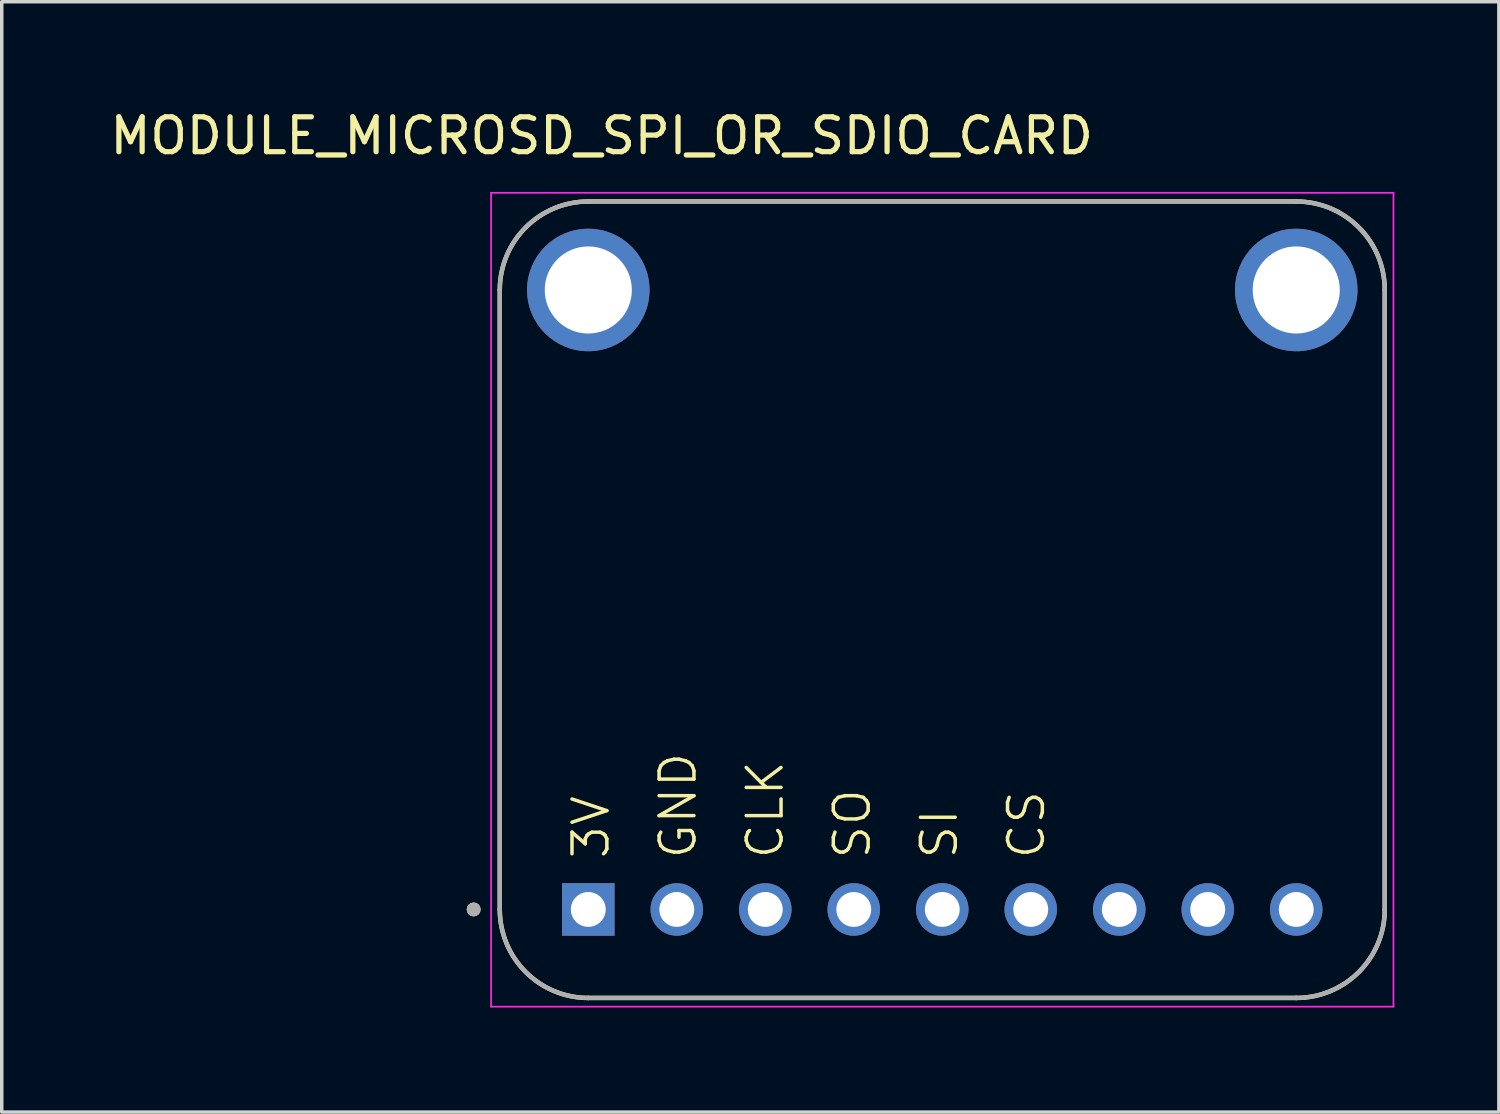
<source format=kicad_pcb>
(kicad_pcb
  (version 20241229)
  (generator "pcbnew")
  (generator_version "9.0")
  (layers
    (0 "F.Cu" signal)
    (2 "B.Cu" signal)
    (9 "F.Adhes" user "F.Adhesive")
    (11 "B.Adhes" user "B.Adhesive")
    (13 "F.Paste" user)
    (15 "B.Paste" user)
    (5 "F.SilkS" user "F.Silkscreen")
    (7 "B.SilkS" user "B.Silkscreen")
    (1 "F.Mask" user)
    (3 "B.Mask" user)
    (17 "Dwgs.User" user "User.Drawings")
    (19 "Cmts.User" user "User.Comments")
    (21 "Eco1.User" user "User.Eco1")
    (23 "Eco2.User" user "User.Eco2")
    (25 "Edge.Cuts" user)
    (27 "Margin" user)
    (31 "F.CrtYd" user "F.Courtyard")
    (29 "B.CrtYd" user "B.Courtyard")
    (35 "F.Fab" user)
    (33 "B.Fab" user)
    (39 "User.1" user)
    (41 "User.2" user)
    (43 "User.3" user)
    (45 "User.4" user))
  (footprint "MODULE_MICROSD_SPI_OR_SDIO_CARD"
    (layer "F.Cu")
    (at 23.995 14.163)
    (property "Reference" "MODULE_MICROSD_SPI_OR_SDIO_CARD" (at -9.775 -13.315 0) (layer "F.SilkS") (effects (font (size 1 1) (thickness 0.15))))
    (attr through_hole)
    (fp_line (start -12.7 8.89) (end -12.7 -8.89) (stroke (width 0.127) (type solid)) (layer "F.SilkS"))
    (fp_line (start -10.16 -11.43) (end 10.16 -11.43) (stroke (width 0.127) (type solid)) (layer "F.SilkS"))
    (fp_line (start 10.16 11.43) (end -10.16 11.43) (stroke (width 0.127) (type solid)) (layer "F.SilkS"))
    (fp_line (start 12.7 -8.89) (end 12.7 8.89) (stroke (width 0.127) (type solid)) (layer "F.SilkS"))
    (fp_arc (start -12.7 -8.89) (mid -11.956051 -10.686051) (end -10.16 -11.43) (stroke (width 0.127) (type solid)) (layer "F.SilkS"))
    (fp_arc (start -10.16 11.43) (mid -11.956051 10.686051) (end -12.7 8.89) (stroke (width 0.127) (type solid)) (layer "F.SilkS"))
    (fp_arc (start 10.16 -11.43) (mid 11.956051 -10.686051) (end 12.7 -8.89) (stroke (width 0.127) (type solid)) (layer "F.SilkS"))
    (fp_arc (start 12.7 8.89) (mid 11.956051 10.686051) (end 10.16 11.43) (stroke (width 0.127) (type solid)) (layer "F.SilkS"))
    (fp_circle (center -13.45 8.89) (end -13.35 8.89) (stroke (width 0.2) (type solid)) (fill no) (layer "F.SilkS"))
    (fp_line (start -12.95 -11.68) (end -12.95 11.68) (stroke (width 0.05) (type solid)) (layer "F.CrtYd"))
    (fp_line (start -12.95 11.68) (end 12.95 11.68) (stroke (width 0.05) (type solid)) (layer "F.CrtYd"))
    (fp_line (start 12.95 -11.68) (end -12.95 -11.68) (stroke (width 0.05) (type solid)) (layer "F.CrtYd"))
    (fp_line (start 12.95 11.68) (end 12.95 -11.68) (stroke (width 0.05) (type solid)) (layer "F.CrtYd"))
    (fp_line (start -12.7 8.89) (end -12.7 -8.89) (stroke (width 0.127) (type solid)) (layer "F.Fab"))
    (fp_line (start -10.16 -11.43) (end 10.16 -11.43) (stroke (width 0.127) (type solid)) (layer "F.Fab"))
    (fp_line (start 10.16 11.43) (end -10.16 11.43) (stroke (width 0.127) (type solid)) (layer "F.Fab"))
    (fp_line (start 12.7 -8.89) (end 12.7 8.89) (stroke (width 0.127) (type solid)) (layer "F.Fab"))
    (fp_arc (start -12.7 -8.89) (mid -11.956051 -10.686051) (end -10.16 -11.43) (stroke (width 0.127) (type solid)) (layer "F.Fab"))
    (fp_arc (start -10.16 11.43) (mid -11.956051 10.686051) (end -12.7 8.89) (stroke (width 0.127) (type solid)) (layer "F.Fab"))
    (fp_arc (start 10.16 -11.43) (mid 11.956051 -10.686051) (end 12.7 -8.89) (stroke (width 0.127) (type solid)) (layer "F.Fab"))
    (fp_arc (start 12.7 8.89) (mid 11.956051 10.686051) (end 10.16 11.43) (stroke (width 0.127) (type solid)) (layer "F.Fab"))
    (fp_circle (center -13.45 8.89) (end -13.35 8.89) (stroke (width 0.2) (type solid)) (fill no) (layer "F.Fab"))
    (fp_text user "3V" (at -9.5 7.5 90) (unlocked yes) (layer "F.SilkS") (effects (font (size 1 1) (thickness 0.1)) (justify left bottom)))
    (fp_text user "SI" (at 0.5 7.5 90) (unlocked yes) (layer "F.SilkS") (effects (font (size 1 1) (thickness 0.1)) (justify left bottom)))
    (fp_text user "CS" (at 3 7.5 90) (unlocked yes) (layer "F.SilkS") (effects (font (size 1 1) (thickness 0.1)) (justify left bottom)))
    (fp_text user "SO" (at -2 7.5 90) (unlocked yes) (layer "F.SilkS") (effects (font (size 1 1) (thickness 0.1)) (justify left bottom)))
    (fp_text user "GND" (at -7 7.5 90) (unlocked yes) (layer "F.SilkS") (effects (font (size 1 1) (thickness 0.1)) (justify left bottom)))
    (fp_text user "CLK" (at -4.5 7.5 90) (unlocked yes) (layer "F.SilkS") (effects (font (size 1 1) (thickness 0.1)) (justify left bottom)))
    (pad "1" thru_hole rect (at -10.16 8.89) (size 1.508 1.508) (drill 1) (layers "*.Cu" "*.Mask"))
    (pad "2" thru_hole circle (at -7.62 8.89) (size 1.508 1.508) (drill 1) (layers "*.Cu" "*.Mask"))
    (pad "3" thru_hole circle (at -5.08 8.89) (size 1.508 1.508) (drill 1) (layers "*.Cu" "*.Mask"))
    (pad "4" thru_hole circle (at -2.54 8.89) (size 1.508 1.508) (drill 1) (layers "*.Cu" "*.Mask"))
    (pad "5" thru_hole circle (at 0 8.89) (size 1.508 1.508) (drill 1) (layers "*.Cu" "*.Mask"))
    (pad "6" thru_hole circle (at 2.54 8.89) (size 1.508 1.508) (drill 1) (layers "*.Cu" "*.Mask"))
    (pad "7" thru_hole circle (at 5.08 8.89) (size 1.508 1.508) (drill 1) (layers "*.Cu" "*.Mask"))
    (pad "8" thru_hole circle (at 7.62 8.89) (size 1.508 1.508) (drill 1) (layers "*.Cu" "*.Mask"))
    (pad "9" thru_hole circle (at 10.16 8.89) (size 1.508 1.508) (drill 1) (layers "*.Cu" "*.Mask"))
    (pad "S1" thru_hole circle (at -10.16 -8.89) (size 3.516 3.516) (drill 2.5) (layers "*.Cu" "*.Mask"))
    (pad "S2" thru_hole circle (at 10.16 -8.89) (size 3.516 3.516) (drill 2.5) (layers "*.Cu" "*.Mask")))
  (gr_rect
    (start -3 -3)
    (end 39.97 28.868)
    (stroke (width 0.1) (type default))
    (fill no)
    (layer "Edge.Cuts")))
</source>
